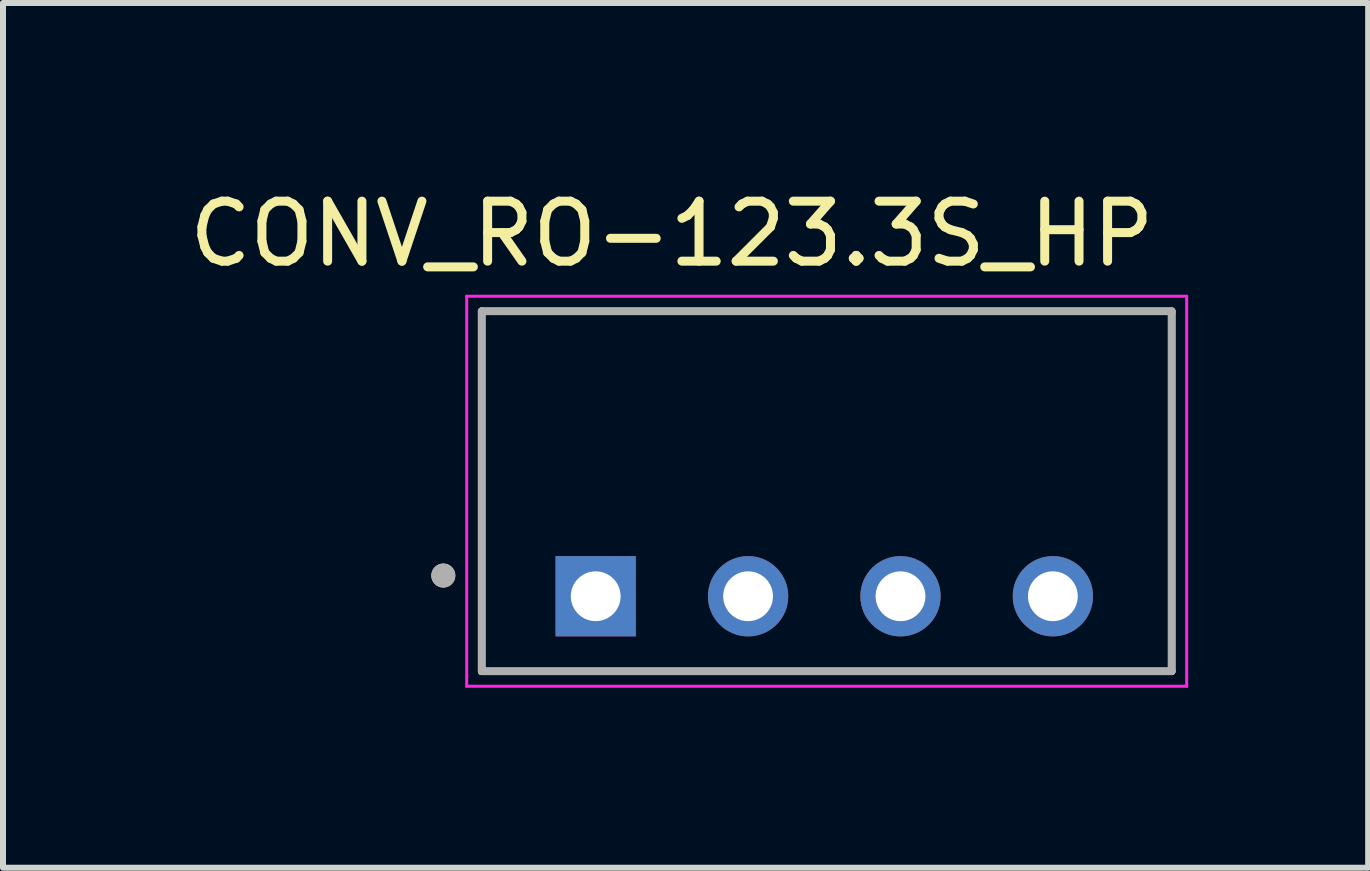
<source format=kicad_pcb>
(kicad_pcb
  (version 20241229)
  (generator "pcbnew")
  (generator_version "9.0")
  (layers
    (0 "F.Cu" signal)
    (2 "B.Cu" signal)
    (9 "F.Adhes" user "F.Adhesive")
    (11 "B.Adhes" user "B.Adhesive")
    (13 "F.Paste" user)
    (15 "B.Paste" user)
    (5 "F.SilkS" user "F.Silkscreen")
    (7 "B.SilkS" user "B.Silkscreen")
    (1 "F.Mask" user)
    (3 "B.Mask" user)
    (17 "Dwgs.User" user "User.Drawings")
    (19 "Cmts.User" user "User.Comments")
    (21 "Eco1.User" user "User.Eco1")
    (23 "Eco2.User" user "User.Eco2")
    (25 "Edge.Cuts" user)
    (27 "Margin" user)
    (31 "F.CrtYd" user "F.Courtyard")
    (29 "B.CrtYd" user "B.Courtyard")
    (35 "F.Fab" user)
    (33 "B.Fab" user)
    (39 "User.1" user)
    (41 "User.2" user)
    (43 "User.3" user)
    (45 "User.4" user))
  (footprint "CONV_RO-123.3S_HP"
    (layer "F.Cu")
    (at 10.729 5.138)
    (property "Reference" "CONV_RO-123.3S_HP" (at -2.58 -4.29 0) (layer "F.SilkS") (effects (font (size 1 1) (thickness 0.15))))
    (attr through_hole)
    (fp_line (start -5.75 -3) (end -5.75 3) (stroke (width 0.127) (type solid)) (layer "F.SilkS"))
    (fp_line (start -5.75 3) (end 5.75 3) (stroke (width 0.127) (type solid)) (layer "F.SilkS"))
    (fp_line (start 5.75 -3) (end -5.75 -3) (stroke (width 0.127) (type solid)) (layer "F.SilkS"))
    (fp_line (start 5.75 3) (end 5.75 -3) (stroke (width 0.127) (type solid)) (layer "F.SilkS"))
    (fp_circle (center -6.39 1.405) (end -6.29 1.405) (stroke (width 0.2) (type solid)) (fill no) (layer "F.SilkS"))
    (fp_line (start -6 -3.25) (end -6 3.25) (stroke (width 0.05) (type solid)) (layer "F.CrtYd"))
    (fp_line (start -6 3.25) (end 6 3.25) (stroke (width 0.05) (type solid)) (layer "F.CrtYd"))
    (fp_line (start 6 -3.25) (end -6 -3.25) (stroke (width 0.05) (type solid)) (layer "F.CrtYd"))
    (fp_line (start 6 3.25) (end 6 -3.25) (stroke (width 0.05) (type solid)) (layer "F.CrtYd"))
    (fp_line (start -5.75 -3) (end -5.75 3) (stroke (width 0.127) (type solid)) (layer "F.Fab"))
    (fp_line (start -5.75 3) (end 5.75 3) (stroke (width 0.127) (type solid)) (layer "F.Fab"))
    (fp_line (start 5.75 -3) (end -5.75 -3) (stroke (width 0.127) (type solid)) (layer "F.Fab"))
    (fp_line (start 5.75 3) (end 5.75 -3) (stroke (width 0.127) (type solid)) (layer "F.Fab"))
    (fp_circle (center -6.39 1.405) (end -6.29 1.405) (stroke (width 0.2) (type solid)) (fill no) (layer "F.Fab"))
    (pad "1" thru_hole rect (at -3.85 1.75) (size 1.338 1.338) (drill 0.83) (layers "*.Cu" "*.Mask"))
    (pad "2" thru_hole circle (at -1.31 1.75) (size 1.338 1.338) (drill 0.83) (layers "*.Cu" "*.Mask"))
    (pad "3" thru_hole circle (at 1.23 1.75) (size 1.338 1.338) (drill 0.83) (layers "*.Cu" "*.Mask"))
    (pad "4" thru_hole circle (at 3.77 1.75) (size 1.338 1.338) (drill 0.83) (layers "*.Cu" "*.Mask")))
  (gr_rect
    (start -3 -3)
    (end 19.754 11.413)
    (stroke (width 0.1) (type default))
    (fill no)
    (layer "Edge.Cuts")))
</source>
